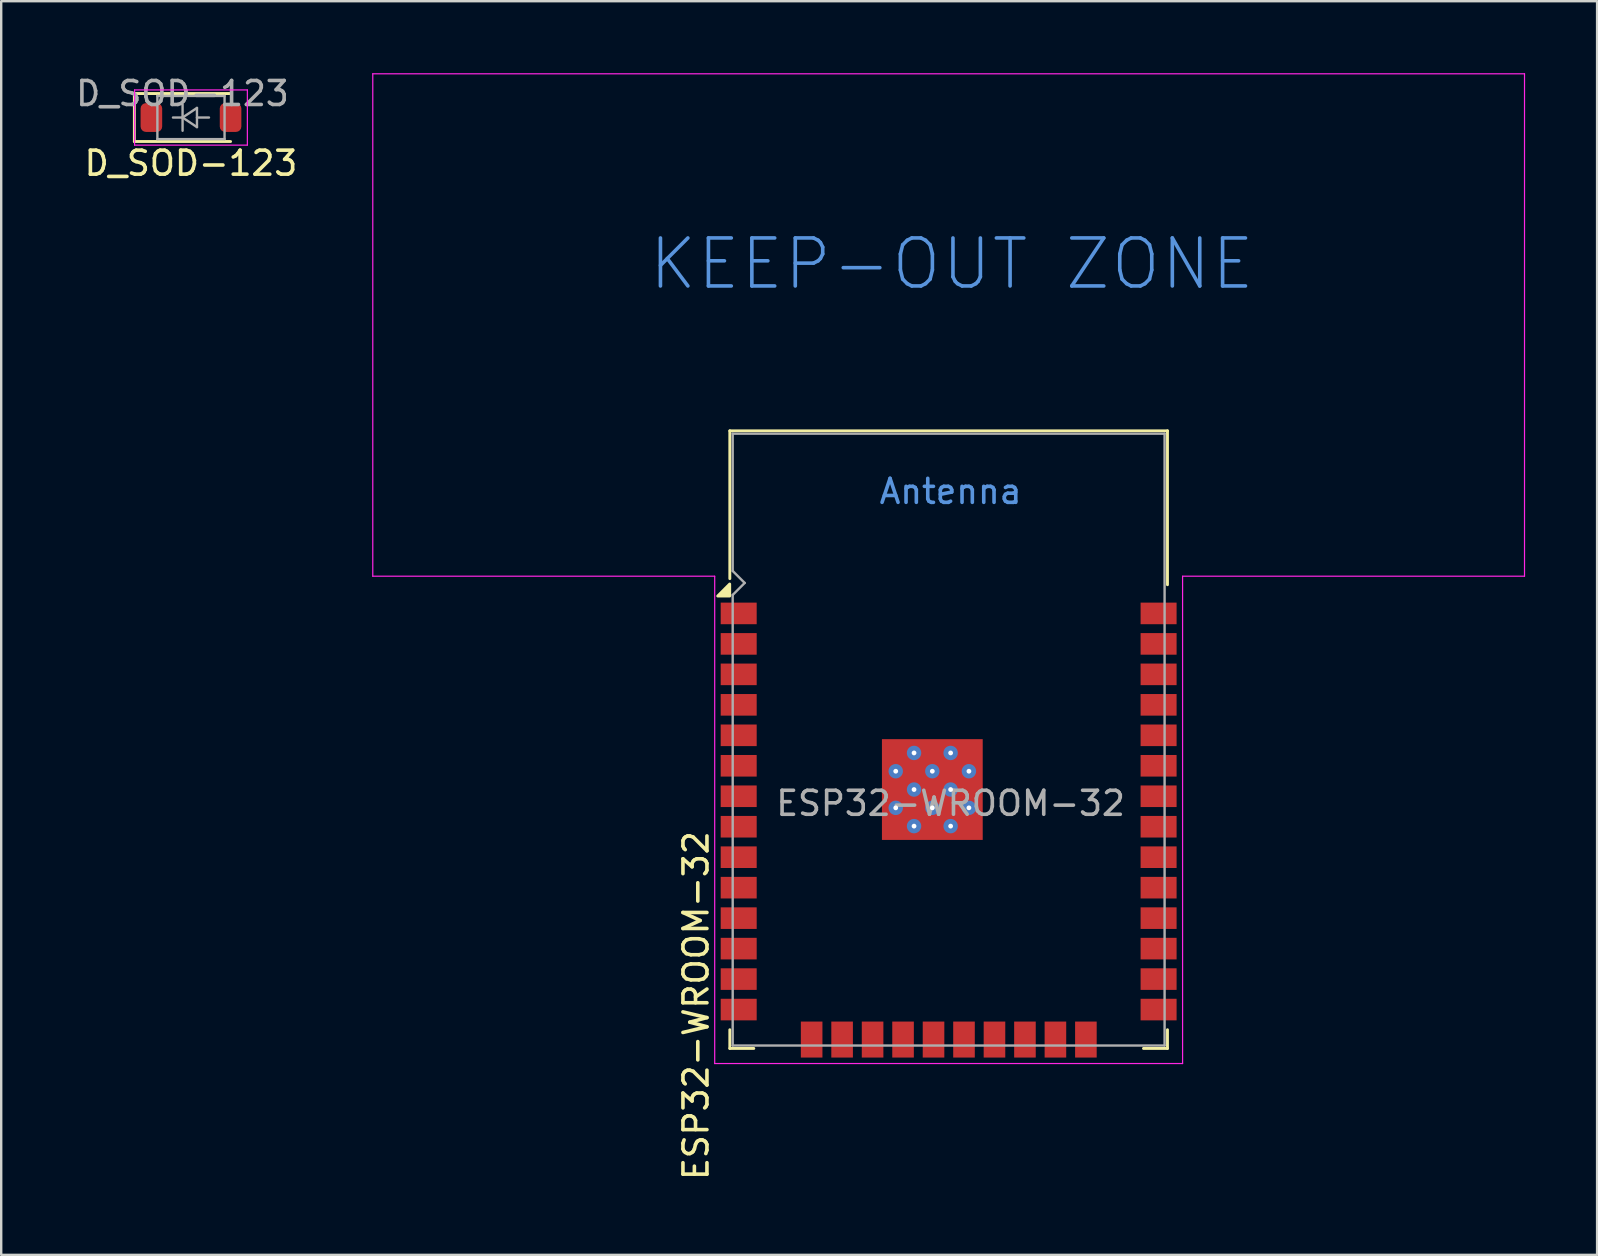
<source format=kicad_pcb>
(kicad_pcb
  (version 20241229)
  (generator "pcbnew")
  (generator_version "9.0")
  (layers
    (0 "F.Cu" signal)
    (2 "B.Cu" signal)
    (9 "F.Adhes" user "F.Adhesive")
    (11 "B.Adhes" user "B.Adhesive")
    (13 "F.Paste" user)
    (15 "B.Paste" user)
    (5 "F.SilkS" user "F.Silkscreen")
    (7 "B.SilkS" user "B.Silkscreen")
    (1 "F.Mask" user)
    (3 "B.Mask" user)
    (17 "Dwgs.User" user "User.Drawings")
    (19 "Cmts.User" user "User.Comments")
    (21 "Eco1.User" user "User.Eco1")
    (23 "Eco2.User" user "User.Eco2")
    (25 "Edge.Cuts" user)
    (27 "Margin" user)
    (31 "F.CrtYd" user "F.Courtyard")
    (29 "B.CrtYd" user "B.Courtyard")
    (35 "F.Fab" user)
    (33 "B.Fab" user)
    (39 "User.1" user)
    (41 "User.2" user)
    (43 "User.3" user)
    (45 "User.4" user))
  (footprint "ESP32-WROOM-32"
    (layer "F.Cu")
    (at 36.486 30.765)
    (property "Reference" "ESP32-WROOM-32" (at -10.528 8.095 90) (layer "F.SilkS") (effects (font (size 1 1) (thickness 0.15))))
    (attr smd)
    (fp_line (start -9.12 -15.86) (end -9.12 -9.7) (stroke (width 0.12) (type solid)) (layer "F.SilkS"))
    (fp_line (start -9.12 -15.86) (end 9.12 -15.86) (stroke (width 0.12) (type solid)) (layer "F.SilkS"))
    (fp_line (start -9.12 9.1) (end -9.12 9.88) (stroke (width 0.12) (type solid)) (layer "F.SilkS"))
    (fp_line (start -9.12 9.88) (end -8.12 9.88) (stroke (width 0.12) (type solid)) (layer "F.SilkS"))
    (fp_line (start 9.12 -15.86) (end 9.12 -9.445) (stroke (width 0.12) (type solid)) (layer "F.SilkS"))
    (fp_line (start 9.12 9.1) (end 9.12 9.88) (stroke (width 0.12) (type solid)) (layer "F.SilkS"))
    (fp_line (start 9.12 9.88) (end 8.12 9.88) (stroke (width 0.12) (type solid)) (layer "F.SilkS"))
    (fp_poly (pts (xy -9.125 -8.975) (xy -9.625 -8.975) (xy -9.125 -9.475) (xy -9.125 -8.975)) (stroke (width 0.12) (type solid)) (fill yes) (layer "F.SilkS"))
    (fp_line (start -24 -30.74) (end -24 -9.8) (stroke (width 0.05) (type solid)) (layer "F.CrtYd"))
    (fp_line (start -24 -9.8) (end -9.75 -9.8) (stroke (width 0.05) (type solid)) (layer "F.CrtYd"))
    (fp_line (start -9.75 10.51) (end -9.75 -9.8) (stroke (width 0.05) (type solid)) (layer "F.CrtYd"))
    (fp_line (start -9.75 10.51) (end 9.75 10.51) (stroke (width 0.05) (type solid)) (layer "F.CrtYd"))
    (fp_line (start 9.75 -9.8) (end 9.75 10.51) (stroke (width 0.05) (type solid)) (layer "F.CrtYd"))
    (fp_line (start 9.75 -9.8) (end 24 -9.8) (stroke (width 0.05) (type solid)) (layer "F.CrtYd"))
    (fp_line (start 24 -30.74) (end -24 -30.74) (stroke (width 0.05) (type solid)) (layer "F.CrtYd"))
    (fp_line (start 24 -9.8) (end 24 -30.74) (stroke (width 0.05) (type solid)) (layer "F.CrtYd"))
    (fp_line (start -9 -15.74) (end -9 -10.02) (stroke (width 0.1) (type solid)) (layer "F.Fab"))
    (fp_line (start -9 -15.74) (end 9 -15.74) (stroke (width 0.1) (type solid)) (layer "F.Fab"))
    (fp_line (start -9 -9.02) (end -9 9.76) (stroke (width 0.1) (type solid)) (layer "F.Fab"))
    (fp_line (start -9 -9.02) (end -8.5 -9.52) (stroke (width 0.1) (type solid)) (layer "F.Fab"))
    (fp_line (start -9 9.76) (end 9 9.76) (stroke (width 0.1) (type solid)) (layer "F.Fab"))
    (fp_line (start -8.5 -9.52) (end -9 -10.02) (stroke (width 0.1) (type solid)) (layer "F.Fab"))
    (fp_line (start 9 9.76) (end 9 -15.74) (stroke (width 0.1) (type solid)) (layer "F.Fab"))
    (fp_text user "KEEP-OUT ZONE" (at 0.132 -22.815 0) (layer "Cmts.User") (effects (font (size 2 2) (thickness 0.15))))
    (fp_text user "Antenna" (at 0.082 -13.335 0) (layer "Cmts.User") (effects (font (size 1 1) (thickness 0.15))))
    (fp_text user "${REFERENCE}" (at 0.082 -0.335 0) (layer "F.Fab") (effects (font (size 1 1) (thickness 0.15))))
    (pad "1" smd rect (at -8.75 -8.25) (size 1.5 0.9) (layers "F.Cu" "F.Mask" "F.Paste"))
    (pad "2" smd rect (at -8.75 -6.98) (size 1.5 0.9) (layers "F.Cu" "F.Mask" "F.Paste"))
    (pad "3" smd rect (at -8.75 -5.71) (size 1.5 0.9) (layers "F.Cu" "F.Mask" "F.Paste"))
    (pad "4" smd rect (at -8.75 -4.44) (size 1.5 0.9) (layers "F.Cu" "F.Mask" "F.Paste"))
    (pad "5" smd rect (at -8.75 -3.17) (size 1.5 0.9) (layers "F.Cu" "F.Mask" "F.Paste"))
    (pad "6" smd rect (at -8.75 -1.9) (size 1.5 0.9) (layers "F.Cu" "F.Mask" "F.Paste"))
    (pad "7" smd rect (at -8.75 -0.63) (size 1.5 0.9) (layers "F.Cu" "F.Mask" "F.Paste"))
    (pad "8" smd rect (at -8.75 0.64) (size 1.5 0.9) (layers "F.Cu" "F.Mask" "F.Paste"))
    (pad "9" smd rect (at -8.75 1.91) (size 1.5 0.9) (layers "F.Cu" "F.Mask" "F.Paste"))
    (pad "10" smd rect (at -8.75 3.18) (size 1.5 0.9) (layers "F.Cu" "F.Mask" "F.Paste"))
    (pad "11" smd rect (at -8.75 4.45) (size 1.5 0.9) (layers "F.Cu" "F.Mask" "F.Paste"))
    (pad "12" smd rect (at -8.75 5.72) (size 1.5 0.9) (layers "F.Cu" "F.Mask" "F.Paste"))
    (pad "13" smd rect (at -8.75 6.99) (size 1.5 0.9) (layers "F.Cu" "F.Mask" "F.Paste"))
    (pad "14" smd rect (at -8.75 8.26) (size 1.5 0.9) (layers "F.Cu" "F.Mask" "F.Paste"))
    (pad "15" smd rect (at -5.71 9.51 90) (size 1.5 0.9) (layers "F.Cu" "F.Mask" "F.Paste"))
    (pad "16" smd rect (at -4.44 9.51 90) (size 1.5 0.9) (layers "F.Cu" "F.Mask" "F.Paste"))
    (pad "17" smd rect (at -3.17 9.51 90) (size 1.5 0.9) (layers "F.Cu" "F.Mask" "F.Paste"))
    (pad "18" smd rect (at -1.9 9.51 90) (size 1.5 0.9) (layers "F.Cu" "F.Mask" "F.Paste"))
    (pad "19" smd rect (at -0.63 9.51 90) (size 1.5 0.9) (layers "F.Cu" "F.Mask" "F.Paste"))
    (pad "20" smd rect (at 0.64 9.51 90) (size 1.5 0.9) (layers "F.Cu" "F.Mask" "F.Paste"))
    (pad "21" smd rect (at 1.91 9.51 90) (size 1.5 0.9) (layers "F.Cu" "F.Mask" "F.Paste"))
    (pad "22" smd rect (at 3.18 9.51 90) (size 1.5 0.9) (layers "F.Cu" "F.Mask" "F.Paste"))
    (pad "23" smd rect (at 4.45 9.51 90) (size 1.5 0.9) (layers "F.Cu" "F.Mask" "F.Paste"))
    (pad "24" smd rect (at 5.72 9.51 90) (size 1.5 0.9) (layers "F.Cu" "F.Mask" "F.Paste"))
    (pad "25" smd rect (at 8.75 8.26) (size 1.5 0.9) (layers "F.Cu" "F.Mask" "F.Paste"))
    (pad "26" smd rect (at 8.75 6.99) (size 1.5 0.9) (layers "F.Cu" "F.Mask" "F.Paste"))
    (pad "27" smd rect (at 8.75 5.72) (size 1.5 0.9) (layers "F.Cu" "F.Mask" "F.Paste"))
    (pad "28" smd rect (at 8.75 4.45) (size 1.5 0.9) (layers "F.Cu" "F.Mask" "F.Paste"))
    (pad "29" smd rect (at 8.75 3.18) (size 1.5 0.9) (layers "F.Cu" "F.Mask" "F.Paste"))
    (pad "30" smd rect (at 8.75 1.91) (size 1.5 0.9) (layers "F.Cu" "F.Mask" "F.Paste"))
    (pad "31" smd rect (at 8.75 0.64) (size 1.5 0.9) (layers "F.Cu" "F.Mask" "F.Paste"))
    (pad "32" smd rect (at 8.75 -0.63) (size 1.5 0.9) (layers "F.Cu" "F.Mask" "F.Paste"))
    (pad "33" smd rect (at 8.75 -1.9) (size 1.5 0.9) (layers "F.Cu" "F.Mask" "F.Paste"))
    (pad "34" smd rect (at 8.75 -3.17) (size 1.5 0.9) (layers "F.Cu" "F.Mask" "F.Paste"))
    (pad "35" smd rect (at 8.75 -4.44) (size 1.5 0.9) (layers "F.Cu" "F.Mask" "F.Paste"))
    (pad "36" smd rect (at 8.75 -5.71) (size 1.5 0.9) (layers "F.Cu" "F.Mask" "F.Paste"))
    (pad "37" smd rect (at 8.75 -6.98) (size 1.5 0.9) (layers "F.Cu" "F.Mask" "F.Paste"))
    (pad "38" smd rect (at 8.75 -8.25) (size 1.5 0.9) (layers "F.Cu" "F.Mask" "F.Paste"))
    (pad "39" smd rect (at -2.205 -2.435) (size 1.05 1.05) (layers "F.Cu" "F.Paste"))
    (pad "39" thru_hole circle (at -2.205 -1.673) (size 0.6 0.6) (drill 0.2) (property pad_prop_heatsink) (layers "*.Cu" "F.Mask"))
    (pad "39" smd rect (at -2.205 -0.91) (size 1.05 1.05) (layers "F.Cu" "F.Paste"))
    (pad "39" thru_hole circle (at -2.205 -0.147) (size 0.6 0.6) (drill 0.2) (property pad_prop_heatsink) (layers "*.Cu" "F.Mask"))
    (pad "39" smd rect (at -2.205 0.615) (size 1.05 1.05) (layers "F.Cu" "F.Paste"))
    (pad "39" thru_hole circle (at -1.442 -2.435) (size 0.6 0.6) (drill 0.2) (property pad_prop_heatsink) (layers "*.Cu" "F.Mask"))
    (pad "39" thru_hole circle (at -1.442 -0.91) (size 0.6 0.6) (drill 0.2) (property pad_prop_heatsink) (layers "*.Cu" "F.Mask"))
    (pad "39" thru_hole circle (at -1.442 0.615) (size 0.6 0.6) (drill 0.2) (property pad_prop_heatsink) (layers "*.Cu" "F.Mask"))
    (pad "39" smd rect (at -0.68 -2.435) (size 1.05 1.05) (layers "F.Cu" "F.Paste"))
    (pad "39" thru_hole circle (at -0.68 -1.673) (size 0.6 0.6) (drill 0.2) (property pad_prop_heatsink) (layers "*.Cu" "F.Mask"))
    (pad "39" smd rect (at -0.68 -0.91) (size 1.05 1.05) (layers "F.Cu" "F.Paste"))
    (pad "39" smd rect (at -0.68 -0.91) (size 4.2 4.2) (property pad_prop_heatsink) (layers "F.Cu" "F.Mask"))
    (pad "39" thru_hole circle (at -0.68 -0.147) (size 0.6 0.6) (drill 0.2) (property pad_prop_heatsink) (layers "*.Cu" "F.Mask"))
    (pad "39" smd rect (at -0.68 0.615) (size 1.05 1.05) (layers "F.Cu" "F.Paste"))
    (pad "39" thru_hole circle (at 0.083 -2.435) (size 0.6 0.6) (drill 0.2) (property pad_prop_heatsink) (layers "*.Cu" "F.Mask"))
    (pad "39" thru_hole circle (at 0.083 -0.91) (size 0.6 0.6) (drill 0.2) (property pad_prop_heatsink) (layers "*.Cu" "F.Mask"))
    (pad "39" thru_hole circle (at 0.083 0.615) (size 0.6 0.6) (drill 0.2) (property pad_prop_heatsink) (layers "*.Cu" "F.Mask"))
    (pad "39" smd rect (at 0.845 -2.435) (size 1.05 1.05) (layers "F.Cu" "F.Paste"))
    (pad "39" thru_hole circle (at 0.845 -1.673) (size 0.6 0.6) (drill 0.2) (property pad_prop_heatsink) (layers "*.Cu" "F.Mask"))
    (pad "39" smd rect (at 0.845 -0.91) (size 1.05 1.05) (layers "F.Cu" "F.Paste"))
    (pad "39" thru_hole circle (at 0.845 -0.147) (size 0.6 0.6) (drill 0.2) (property pad_prop_heatsink) (layers "*.Cu" "F.Mask"))
    (pad "39" smd rect (at 0.845 0.615) (size 1.05 1.05) (layers "F.Cu" "F.Paste"))
    (zone (net_name "") (layers "F.Cu" "B.Cu") (hatch full 0.508) (connect_pads) (min_thickness 0.254) (filled_areas_thickness no) (keepout (tracks not_allowed) (vias not_allowed) (pads not_allowed) (copperpour not_allowed) (footprints not_allowed)) (placement (enabled no)) (fill) (polygon (pts (xy 12.486 20.965) (xy 60.486 20.965) (xy 60.486 0.025) (xy 12.486 0.025)))))
  (footprint "D_SOD-123"
    (layer "F.Cu")
    (at 4.909 1.848)
    (property "Reference" "D_SOD-123" (at -0.001 1.905 0) (layer "F.SilkS") (effects (font (size 1 1) (thickness 0.15))))
    (attr smd)
    (fp_line (start -2.36 -1) (end -2.36 1) (stroke (width 0.12) (type solid)) (layer "F.SilkS"))
    (fp_line (start -2.36 -1) (end 1.65 -1) (stroke (width 0.12) (type solid)) (layer "F.SilkS"))
    (fp_line (start -2.36 1) (end 1.65 1) (stroke (width 0.12) (type solid)) (layer "F.SilkS"))
    (fp_line (start -2.35 -1.15) (end -2.35 1.15) (stroke (width 0.05) (type solid)) (layer "F.CrtYd"))
    (fp_line (start -2.35 -1.15) (end 2.35 -1.15) (stroke (width 0.05) (type solid)) (layer "F.CrtYd"))
    (fp_line (start 2.35 -1.15) (end 2.35 1.15) (stroke (width 0.05) (type solid)) (layer "F.CrtYd"))
    (fp_line (start 2.35 1.15) (end -2.35 1.15) (stroke (width 0.05) (type solid)) (layer "F.CrtYd"))
    (fp_line (start -1.4 -0.9) (end 1.4 -0.9) (stroke (width 0.1) (type solid)) (layer "F.Fab"))
    (fp_line (start -1.4 0.9) (end -1.4 -0.9) (stroke (width 0.1) (type solid)) (layer "F.Fab"))
    (fp_line (start -0.75 0) (end -0.35 0) (stroke (width 0.1) (type solid)) (layer "F.Fab"))
    (fp_line (start -0.35 0) (end -0.35 -0.55) (stroke (width 0.1) (type solid)) (layer "F.Fab"))
    (fp_line (start -0.35 0) (end -0.35 0.55) (stroke (width 0.1) (type solid)) (layer "F.Fab"))
    (fp_line (start -0.35 0) (end 0.25 -0.4) (stroke (width 0.1) (type solid)) (layer "F.Fab"))
    (fp_line (start 0.25 -0.4) (end 0.25 0.4) (stroke (width 0.1) (type solid)) (layer "F.Fab"))
    (fp_line (start 0.25 0) (end 0.75 0) (stroke (width 0.1) (type solid)) (layer "F.Fab"))
    (fp_line (start 0.25 0.4) (end -0.35 0) (stroke (width 0.1) (type solid)) (layer "F.Fab"))
    (fp_line (start 1.4 -0.9) (end 1.4 0.9) (stroke (width 0.1) (type solid)) (layer "F.Fab"))
    (fp_line (start 1.4 0.9) (end -1.4 0.9) (stroke (width 0.1) (type solid)) (layer "F.Fab"))
    (fp_text user "${REFERENCE}" (at -0.355 -1 0) (layer "F.Fab") (effects (font (size 1 1) (thickness 0.15))))
    (pad "1" smd roundrect (at -1.65 0) (size 0.9 1.2) (layers "F.Cu" "F.Mask" "F.Paste") (roundrect_rratio 0.25))
    (pad "2" smd roundrect (at 1.65 0) (size 0.9 1.2) (layers "F.Cu" "F.Mask" "F.Paste") (roundrect_rratio 0.25)))
  (gr_rect
    (start -3 -3)
    (end 63.511 49.247)
    (stroke (width 0.1) (type default))
    (fill no)
    (layer "Edge.Cuts")))
</source>
